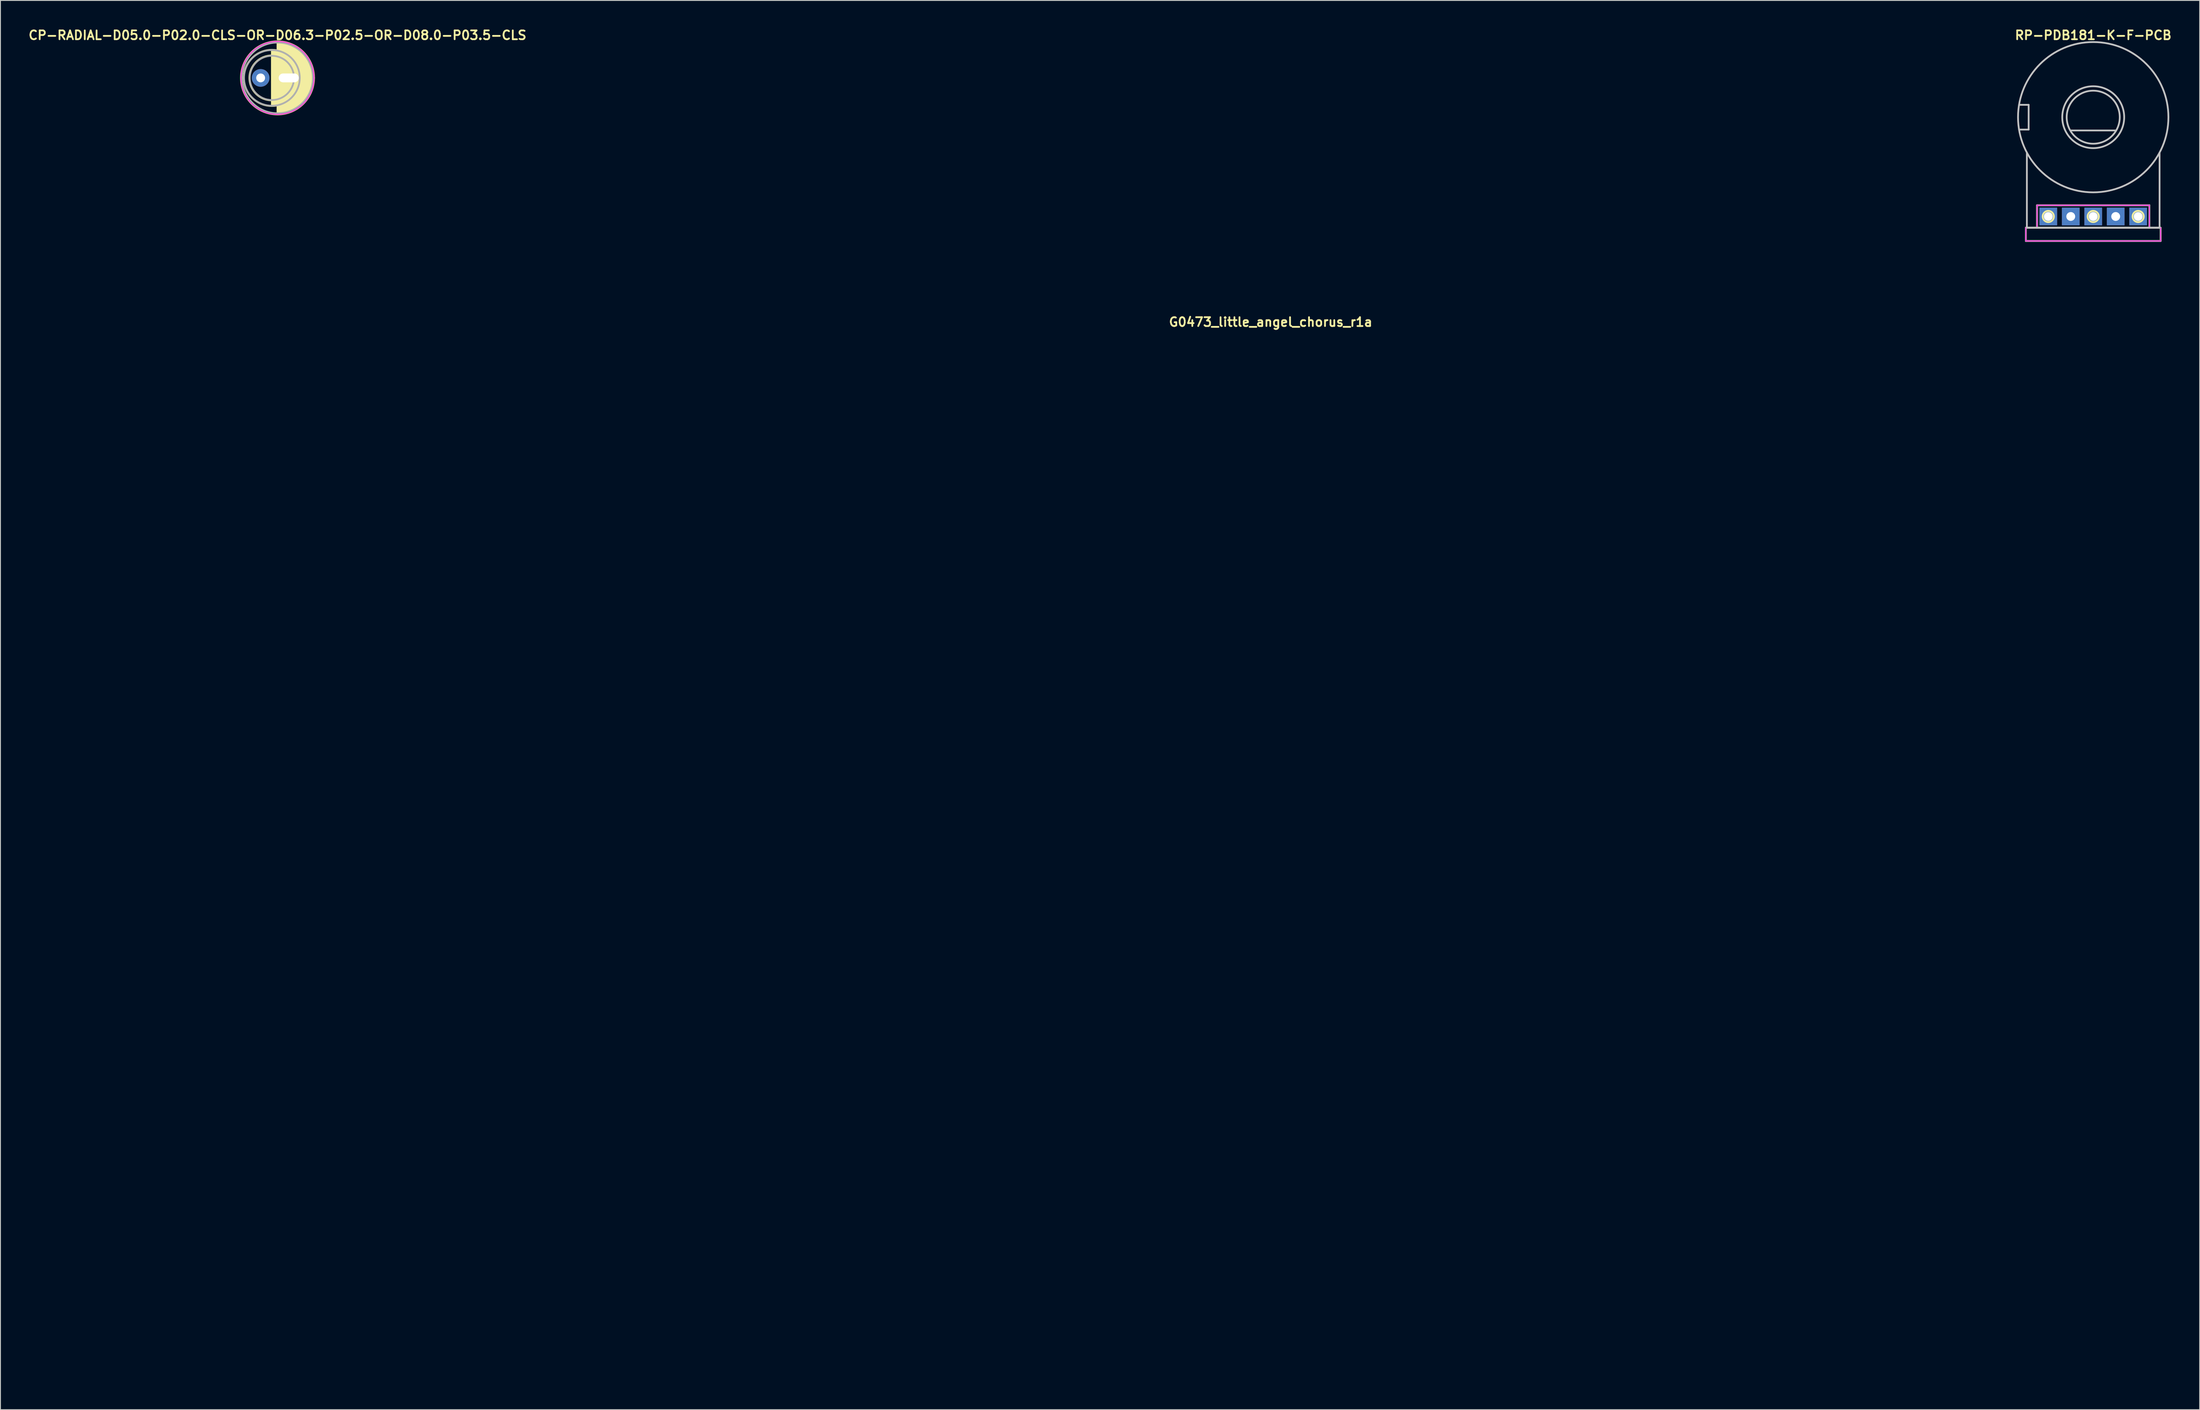
<source format=kicad_pcb>
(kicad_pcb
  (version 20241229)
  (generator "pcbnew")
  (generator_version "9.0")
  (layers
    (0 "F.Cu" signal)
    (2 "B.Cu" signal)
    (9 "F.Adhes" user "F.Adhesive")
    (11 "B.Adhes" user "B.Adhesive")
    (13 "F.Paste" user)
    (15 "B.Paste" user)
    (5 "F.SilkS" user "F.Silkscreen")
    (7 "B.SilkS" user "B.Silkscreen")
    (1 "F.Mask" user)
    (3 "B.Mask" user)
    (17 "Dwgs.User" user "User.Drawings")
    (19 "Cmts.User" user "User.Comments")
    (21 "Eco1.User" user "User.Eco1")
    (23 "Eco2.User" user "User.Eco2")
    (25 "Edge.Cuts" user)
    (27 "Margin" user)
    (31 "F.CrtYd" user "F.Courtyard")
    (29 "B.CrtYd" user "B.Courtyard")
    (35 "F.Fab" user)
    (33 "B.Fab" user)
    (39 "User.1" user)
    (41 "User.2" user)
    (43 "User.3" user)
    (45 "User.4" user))
  (footprint "CP-RADIAL-D05.0-P02.0-CLS-OR-D06.3-P02.5-OR-D08.0-P03.5-CLS"
    (layer "F.Cu")
    (at 27.684 5.762)
    (property "Reference" "CP-RADIAL-D05.0-P02.0-CLS-OR-D06.3-P02.5-OR-D08.0-P03.5-CLS" (at 0.635 -4.826 0) (layer "F.SilkS") (effects (font (size 1 1) (thickness 0.2))))
    (attr through_hole)
    (fp_circle (center 0 0) (end 2.54 0) (stroke (width 0.2) (type solid)) (fill no) (layer "F.SilkS"))
    (fp_circle (center 0 0) (end 3.175 0) (stroke (width 0.2) (type solid)) (fill no) (layer "F.SilkS"))
    (fp_circle (center 0.635 0) (end 4.763 0) (stroke (width 0.2) (type solid)) (fill no) (layer "F.SilkS"))
    (fp_poly (pts (xy 0 -3.175) (xy 1.651 -2.667) (xy 2.921 -1.143) (xy 3.175 0) (xy 2.921 1.143) (xy 1.651 2.667) (xy 0 3.175)) (stroke (width 0.2) (type solid)) (fill yes) (layer "F.SilkS"))
    (fp_poly (pts (xy 0.635 -4.128) (xy 2.921 -3.429) (xy 4.318 -1.778) (xy 4.763 0) (xy 4.318 1.778) (xy 2.921 3.429) (xy 0.635 4.128)) (stroke (width 0.2) (type solid)) (fill yes) (layer "F.SilkS"))
    (fp_circle (center 0.635 0) (end 4.763 0) (stroke (width 0.1) (type solid)) (fill no) (layer "F.CrtYd"))
    (fp_circle (center 0 0) (end 2.5 0) (stroke (width 0.2) (type solid)) (fill no) (layer "F.Fab"))
    (fp_circle (center 0 0) (end 3.15 0) (stroke (width 0.2) (type solid)) (fill no) (layer "F.Fab"))
    (fp_circle (center 0.635 0) (end 4.635 0) (stroke (width 0.2) (type solid)) (fill no) (layer "F.Fab"))
    (pad "+" thru_hole circle (at -1.27 0) (size 2 2) (drill 1) (layers "B.Cu" "B.Mask"))
    (pad "-" thru_hole rect (at 1.905 0) (size 3.27 2) (drill oval 2.27 1) (layers "B.Cu" "B.Mask")))
  (footprint "G0473_little_angel_chorus_r1a"
    (layer "F.Cu")
    (at 140.588 93.7)
    (property "Reference" "G0473_little_angel_chorus_r1a" (at 0 -60.325 0) (layer "F.SilkS") (effects (font (size 1 1) (thickness 0.2))))
    (attr through_hole)
    (fp_line (start -80.75 -59.5) (end -80.75 59.5) (stroke (width 0.4) (type solid)) (layer "Eco1.User"))
    (fp_line (start -80.75 -59.5) (end -46.75 -59.5) (stroke (width 0.4) (type solid)) (layer "Eco1.User"))
    (fp_line (start -80.75 59.5) (end -46.75 59.5) (stroke (width 0.4) (type solid)) (layer "Eco1.User"))
    (fp_line (start -76.75 -59.5) (end -76.75 59.5) (stroke (width 0.4) (type solid)) (layer "Eco1.User"))
    (fp_line (start -46.75 -93.5) (end -46.75 -59.5) (stroke (width 0.4) (type solid)) (layer "Eco1.User"))
    (fp_line (start -46.75 -93.5) (end 46.75 -93.5) (stroke (width 0.4) (type solid)) (layer "Eco1.User"))
    (fp_line (start -46.75 -89.5) (end 46.75 -89.5) (stroke (width 0.4) (type solid)) (layer "Eco1.User"))
    (fp_line (start -46.75 -59.5) (end -46.75 59.5) (stroke (width 0.4) (type solid)) (layer "Eco1.User"))
    (fp_line (start -46.75 -59.5) (end 46.75 -59.5) (stroke (width 0.4) (type solid)) (layer "Eco1.User"))
    (fp_line (start -46.75 59.5) (end 46.75 59.5) (stroke (width 0.4) (type solid)) (layer "Eco1.User"))
    (fp_line (start -44.35 -57.1) (end -44.35 57.1) (stroke (width 0.4) (type solid)) (layer "Eco1.User"))
    (fp_line (start -44.35 -57.1) (end 44.35 -57.1) (stroke (width 0.4) (type solid)) (layer "Eco1.User"))
    (fp_line (start -44.35 -52.25) (end -42.1 -52.25) (stroke (width 0.4) (type solid)) (layer "Eco1.User"))
    (fp_line (start -44.35 52.25) (end -42.1 52.25) (stroke (width 0.4) (type solid)) (layer "Eco1.User"))
    (fp_line (start -44.35 57.1) (end 44.35 57.1) (stroke (width 0.4) (type solid)) (layer "Eco1.User"))
    (fp_line (start -39.6 -57.1) (end -39.6 -54.75) (stroke (width 0.4) (type solid)) (layer "Eco1.User"))
    (fp_line (start -39.6 54.75) (end -39.6 57.1) (stroke (width 0.4) (type solid)) (layer "Eco1.User"))
    (fp_line (start 39.6 -57.1) (end 39.6 -54.75) (stroke (width 0.4) (type solid)) (layer "Eco1.User"))
    (fp_line (start 39.6 54.75) (end 39.6 57.1) (stroke (width 0.4) (type solid)) (layer "Eco1.User"))
    (fp_line (start 42.1 -52.25) (end 44.35 -52.25) (stroke (width 0.4) (type solid)) (layer "Eco1.User"))
    (fp_line (start 42.1 52.25) (end 44.35 52.25) (stroke (width 0.4) (type solid)) (layer "Eco1.User"))
    (fp_line (start 44.35 -57.1) (end 44.35 57.1) (stroke (width 0.4) (type solid)) (layer "Eco1.User"))
    (fp_line (start 46.75 -93.5) (end 46.75 -59.5) (stroke (width 0.4) (type solid)) (layer "Eco1.User"))
    (fp_line (start 46.75 -59.5) (end 46.75 59.5) (stroke (width 0.4) (type solid)) (layer "Eco1.User"))
    (fp_line (start 46.75 -59.5) (end 80.75 -59.5) (stroke (width 0.4) (type solid)) (layer "Eco1.User"))
    (fp_line (start 46.75 59.5) (end 80.75 59.5) (stroke (width 0.4) (type solid)) (layer "Eco1.User"))
    (fp_line (start 76.75 -59.5) (end 76.75 59.5) (stroke (width 0.4) (type solid)) (layer "Eco1.User"))
    (fp_line (start 80.75 -59.5) (end 80.75 59.5) (stroke (width 0.4) (type solid)) (layer "Eco1.User"))
    (fp_arc (start -42.1 52.25) (mid -40.332233 52.982233) (end -39.6 54.75) (stroke (width 0.4) (type solid)) (layer "Eco1.User"))
    (fp_arc (start -39.6 -54.75) (mid -40.332233 -52.982233) (end -42.1 -52.25) (stroke (width 0.4) (type solid)) (layer "Eco1.User"))
    (fp_arc (start 39.6 54.75) (mid 40.332233 52.982233) (end 42.1 52.25) (stroke (width 0.4) (type solid)) (layer "Eco1.User"))
    (fp_arc (start 42.1 -52.25) (mid 40.332233 -52.982233) (end 39.6 -54.75) (stroke (width 0.4) (type solid)) (layer "Eco1.User"))
    (fp_circle (center -59.95 24.13) (end -54.25 24.13) (stroke (width 0.4) (type solid)) (fill no) (layer "Eco1.User"))
    (fp_circle (center -42.1 -54.75) (end -40.6 -54.75) (stroke (width 0.4) (type solid)) (fill no) (layer "Eco1.User"))
    (fp_circle (center -42.1 54.75) (end -40.6 54.75) (stroke (width 0.4) (type solid)) (fill no) (layer "Eco1.User"))
    (fp_circle (center 0 -72.3) (end 5.5 -72.3) (stroke (width 0.4) (type solid)) (fill no) (layer "Eco1.User"))
    (fp_circle (center 42.1 -54.75) (end 43.6 -54.75) (stroke (width 0.4) (type solid)) (fill no) (layer "Eco1.User"))
    (fp_circle (center 42.1 54.75) (end 43.6 54.75) (stroke (width 0.4) (type solid)) (fill no) (layer "Eco1.User"))
    (fp_circle (center 59.95 24.13) (end 65.65 24.13) (stroke (width 0.4) (type solid)) (fill no) (layer "Eco1.User")))
  (footprint "RP-PDB181-K-F-PCB"
    (layer "F.Cu")
    (at 233.571 10.207)
    (property "Reference" "RP-PDB181-K-F-PCB" (at 0 -9.271 0) (layer "F.SilkS") (effects (font (size 1 1) (thickness 0.2))))
    (attr through_hole)
    (fp_line (start -7.62 12.5) (end -7.62 14) (stroke (width 0.2) (type solid)) (layer "F.SilkS"))
    (fp_line (start -7.62 12.5) (end 7.62 12.5) (stroke (width 0.2) (type solid)) (layer "F.SilkS"))
    (fp_line (start -7.62 14) (end 7.62 14) (stroke (width 0.2) (type solid)) (layer "F.SilkS"))
    (fp_line (start -6.35 9.96) (end -6.35 12.5) (stroke (width 0.2) (type solid)) (layer "F.SilkS"))
    (fp_line (start -6.35 9.96) (end 6.35 9.96) (stroke (width 0.2) (type solid)) (layer "F.SilkS"))
    (fp_line (start 6.35 9.96) (end 6.35 12.5) (stroke (width 0.2) (type solid)) (layer "F.SilkS"))
    (fp_line (start 7.62 12.5) (end 7.62 14) (stroke (width 0.2) (type solid)) (layer "F.SilkS"))
    (fp_circle (center -5.08 11.23) (end -4.445 11.23) (stroke (width 0.2) (type solid)) (fill no) (layer "F.SilkS"))
    (fp_circle (center 0 11.23) (end 0.635 11.23) (stroke (width 0.2) (type solid)) (fill no) (layer "F.SilkS"))
    (fp_circle (center 5.08 11.23) (end 5.715 11.23) (stroke (width 0.2) (type solid)) (fill no) (layer "F.SilkS"))
    (fp_line (start -8.384 -1.4) (end -7.3 -1.4) (stroke (width 0.2) (type solid)) (layer "Dwgs.User"))
    (fp_line (start -8.384 1.4) (end -7.3 1.4) (stroke (width 0.2) (type solid)) (layer "Dwgs.User"))
    (fp_line (start -7.5 4) (end -7.5 12.5) (stroke (width 0.2) (type solid)) (layer "Dwgs.User"))
    (fp_line (start -7.5 12.5) (end 7.5 12.5) (stroke (width 0.2) (type solid)) (layer "Dwgs.User"))
    (fp_line (start -7.3 -1.4) (end -7.3 1.4) (stroke (width 0.2) (type solid)) (layer "Dwgs.User"))
    (fp_line (start -2.54 1.5) (end 2.54 1.5) (stroke (width 0.2) (type solid)) (layer "Dwgs.User"))
    (fp_line (start 7.5 4) (end 7.5 12.5) (stroke (width 0.2) (type solid)) (layer "Dwgs.User"))
    (fp_circle (center 0 0) (end 3 0) (stroke (width 0.2) (type solid)) (fill no) (layer "Dwgs.User"))
    (fp_circle (center 0 0) (end 3.5 0) (stroke (width 0.2) (type solid)) (fill no) (layer "Dwgs.User"))
    (fp_circle (center 0 0) (end 8.5 0) (stroke (width 0.2) (type solid)) (fill no) (layer "Dwgs.User"))
    (fp_line (start -8.55 -0.8) (end -8.55 0.8) (stroke (width 0.4) (type solid)) (layer "Eco1.User"))
    (fp_line (start -7.25 -0.8) (end -7.25 0.8) (stroke (width 0.4) (type solid)) (layer "Eco1.User"))
    (fp_arc (start -8.55 -0.8) (mid -7.9 -1.45) (end -7.25 -0.8) (stroke (width 0.4) (type solid)) (layer "Eco1.User"))
    (fp_arc (start -7.25 0.8) (mid -7.9 1.45) (end -8.55 0.8) (stroke (width 0.4) (type solid)) (layer "Eco1.User"))
    (fp_circle (center 0 0) (end 3.7 0) (stroke (width 0.4) (type solid)) (fill no) (layer "Eco1.User"))
    (fp_line (start -7.62 12.5) (end -7.62 14) (stroke (width 0.1) (type solid)) (layer "F.CrtYd"))
    (fp_line (start -7.62 12.5) (end -6.35 12.5) (stroke (width 0.1) (type solid)) (layer "F.CrtYd"))
    (fp_line (start -7.62 14) (end 7.62 14) (stroke (width 0.1) (type solid)) (layer "F.CrtYd"))
    (fp_line (start -6.35 9.96) (end -6.35 12.5) (stroke (width 0.1) (type solid)) (layer "F.CrtYd"))
    (fp_line (start -6.35 9.96) (end 6.35 9.96) (stroke (width 0.1) (type solid)) (layer "F.CrtYd"))
    (fp_line (start 6.35 9.96) (end 6.35 12.5) (stroke (width 0.1) (type solid)) (layer "F.CrtYd"))
    (fp_line (start 6.35 12.5) (end 7.62 12.5) (stroke (width 0.1) (type solid)) (layer "F.CrtYd"))
    (fp_line (start 7.62 12.5) (end 7.62 14) (stroke (width 0.1) (type solid)) (layer "F.CrtYd"))
    (fp_line (start -7.62 12.5) (end -7.62 14) (stroke (width 0.2) (type solid)) (layer "F.Fab"))
    (fp_line (start -7.62 12.5) (end 7.62 12.5) (stroke (width 0.2) (type solid)) (layer "F.Fab"))
    (fp_line (start -7.62 14) (end 7.62 14) (stroke (width 0.2) (type solid)) (layer "F.Fab"))
    (fp_line (start -6.35 9.96) (end -6.35 12.5) (stroke (width 0.2) (type solid)) (layer "F.Fab"))
    (fp_line (start -6.35 9.96) (end 6.35 9.96) (stroke (width 0.2) (type solid)) (layer "F.Fab"))
    (fp_line (start 6.35 9.96) (end 6.35 12.5) (stroke (width 0.2) (type solid)) (layer "F.Fab"))
    (fp_line (start 7.62 12.5) (end 7.62 14) (stroke (width 0.2) (type solid)) (layer "F.Fab"))
    (pad "1" thru_hole rect (at -5.08 11.23) (size 2 2) (drill 1) (layers "B.Cu" "B.Mask"))
    (pad "2" thru_hole rect (at 0 11.23) (size 2 2) (drill 1) (layers "B.Cu" "B.Mask"))
    (pad "3" thru_hole rect (at 5.08 11.23) (size 2 2) (drill 1) (layers "B.Cu" "B.Mask"))
    (pad "NC1" thru_hole rect (at -2.54 11.23) (size 2 2) (drill 1) (layers "B.Cu" "B.Mask"))
    (pad "NC2" thru_hole rect (at 2.54 11.23) (size 2 2) (drill 1) (layers "B.Cu" "B.Mask")))
  (gr_rect
    (start -3 -3)
    (end 245.605 156.4)
    (stroke (width 0.1) (type default))
    (fill no)
    (layer "Edge.Cuts")))
</source>
